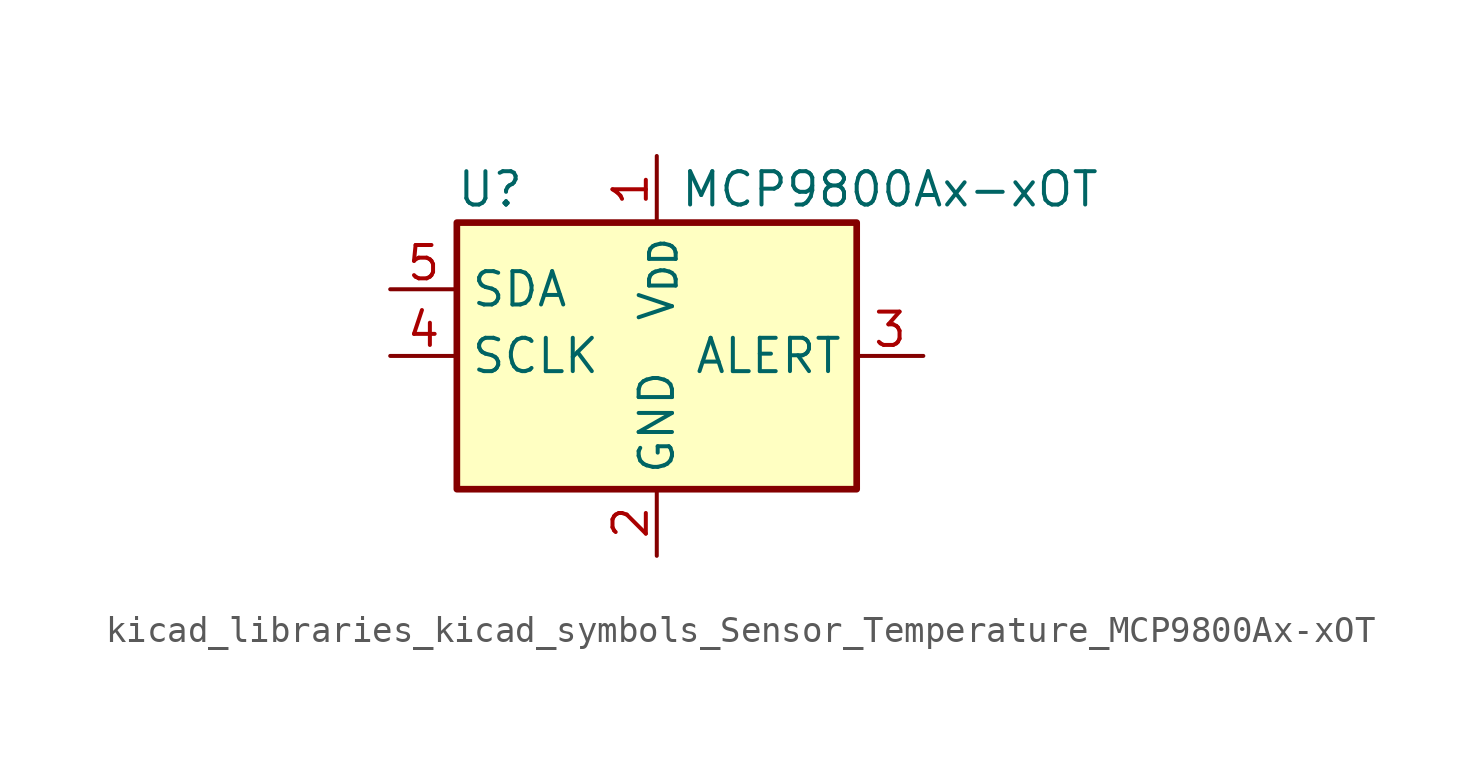
<source format=kicad_sym>
(kicad_symbol_lib
  (version 20220914)
  (generator kicad_symbol_editor)
  (symbol "kicad_libraries_kicad_symbols_Sensor_Temperature_MCP9800Ax-xOT"
    (property "Reference" "U"
      (at -6.35 6.35 0)
      (effects (font (size 1.27 1.27))))
    (property "Value" "MCP9800Ax-xOT"
      (at 8.89 6.35 0)
      (effects (font (size 1.27 1.27))))
    (symbol "kicad_libraries_kicad_symbols_Sensor_Temperature_MCP9800Ax-xOT_0_1"
      (rectangle (start -7.62 5.08) (end 7.62 -5.08) (stroke (width 0.254) (type default)) (fill (type background))))
    (symbol "kicad_libraries_kicad_symbols_Sensor_Temperature_MCP9800Ax-xOT_1_1"
      (pin power_in line (at 0 7.62 270) (length 2.54) (name "V_{DD}" (effects (font (size 1.27 1.27)))) (number "1" (effects (font (size 1.27 1.27)))))
      (pin power_in line (at 0 -7.62 90) (length 2.54) (name "GND" (effects (font (size 1.27 1.27)))) (number "2" (effects (font (size 1.27 1.27)))))
      (pin output line (at 10.16 0 180) (length 2.54) (name "ALERT" (effects (font (size 1.27 1.27)))) (number "3" (effects (font (size 1.27 1.27)))))
      (pin input line (at -10.16 0 0) (length 2.54) (name "SCLK" (effects (font (size 1.27 1.27)))) (number "4" (effects (font (size 1.27 1.27)))))
      (pin bidirectional line (at -10.16 2.54 0) (length 2.54) (name "SDA" (effects (font (size 1.27 1.27)))) (number "5" (effects (font (size 1.27 1.27))))))))
</source>
